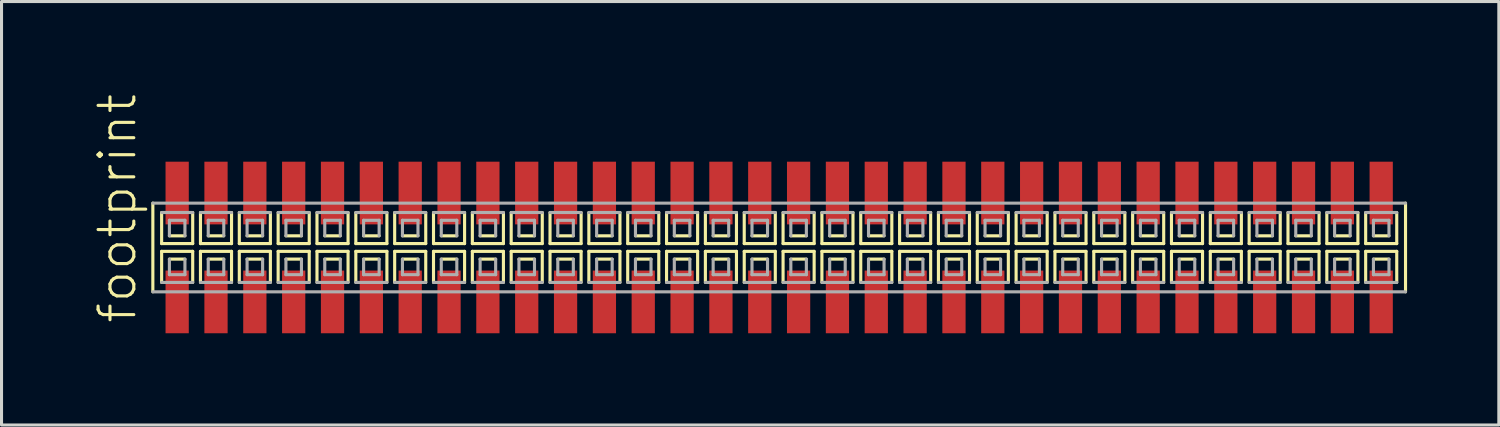
<source format=kicad_pcb>
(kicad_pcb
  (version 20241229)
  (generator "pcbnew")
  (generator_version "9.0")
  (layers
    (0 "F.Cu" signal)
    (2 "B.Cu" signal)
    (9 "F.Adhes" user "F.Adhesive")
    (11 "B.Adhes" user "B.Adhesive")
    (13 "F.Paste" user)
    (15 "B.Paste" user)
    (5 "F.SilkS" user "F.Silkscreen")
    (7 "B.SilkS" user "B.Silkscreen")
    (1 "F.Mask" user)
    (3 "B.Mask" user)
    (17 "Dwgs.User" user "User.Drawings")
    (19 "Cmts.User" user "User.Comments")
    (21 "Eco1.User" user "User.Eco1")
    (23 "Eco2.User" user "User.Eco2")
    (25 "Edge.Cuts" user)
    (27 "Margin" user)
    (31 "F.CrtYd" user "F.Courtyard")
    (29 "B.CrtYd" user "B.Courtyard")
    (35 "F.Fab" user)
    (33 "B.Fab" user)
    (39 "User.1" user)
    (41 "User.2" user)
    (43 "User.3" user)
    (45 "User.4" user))
  (footprint "footprint"
    (layer "F.Cu")
    (at 22.428 5.042)
    (property "Reference" "footprint" (at -20.955 2.54 90) (layer "F.SilkS") (effects (font (size 1.168 1.168) (thickness 0.102)) (justify left bottom)))
    (fp_line (start -20.48 -1.45) (end -20.48 1.45) (stroke (width 0.102) (type solid)) (layer "F.SilkS"))
    (fp_line (start -20.193 -1.143) (end -20.193 -0.127) (stroke (width 0.102) (type solid)) (layer "F.SilkS"))
    (fp_line (start -20.193 -0.127) (end -19.177 -0.127) (stroke (width 0.102) (type solid)) (layer "F.SilkS"))
    (fp_line (start -20.193 0.127) (end -20.193 1.143) (stroke (width 0.102) (type solid)) (layer "F.SilkS"))
    (fp_line (start -19.939 -0.381) (end -19.431 -0.381) (stroke (width 0.102) (type solid)) (layer "F.SilkS"))
    (fp_line (start -19.431 0.381) (end -19.939 0.381) (stroke (width 0.102) (type solid)) (layer "F.SilkS"))
    (fp_line (start -19.177 -0.127) (end -19.177 -1.143) (stroke (width 0.102) (type solid)) (layer "F.SilkS"))
    (fp_line (start -19.177 0.127) (end -20.193 0.127) (stroke (width 0.102) (type solid)) (layer "F.SilkS"))
    (fp_line (start -19.177 1.143) (end -19.177 0.127) (stroke (width 0.102) (type solid)) (layer "F.SilkS"))
    (fp_line (start -18.923 -1.143) (end -18.923 -0.127) (stroke (width 0.102) (type solid)) (layer "F.SilkS"))
    (fp_line (start -18.923 -0.127) (end -17.907 -0.127) (stroke (width 0.102) (type solid)) (layer "F.SilkS"))
    (fp_line (start -18.923 0.127) (end -18.923 1.143) (stroke (width 0.102) (type solid)) (layer "F.SilkS"))
    (fp_line (start -18.669 -0.381) (end -18.161 -0.381) (stroke (width 0.102) (type solid)) (layer "F.SilkS"))
    (fp_line (start -18.161 0.381) (end -18.669 0.381) (stroke (width 0.102) (type solid)) (layer "F.SilkS"))
    (fp_line (start -17.907 -0.127) (end -17.907 -1.143) (stroke (width 0.102) (type solid)) (layer "F.SilkS"))
    (fp_line (start -17.907 0.127) (end -18.923 0.127) (stroke (width 0.102) (type solid)) (layer "F.SilkS"))
    (fp_line (start -17.907 1.143) (end -17.907 0.127) (stroke (width 0.102) (type solid)) (layer "F.SilkS"))
    (fp_line (start -17.653 -1.143) (end -17.653 -0.127) (stroke (width 0.102) (type solid)) (layer "F.SilkS"))
    (fp_line (start -17.653 -0.127) (end -16.637 -0.127) (stroke (width 0.102) (type solid)) (layer "F.SilkS"))
    (fp_line (start -17.653 0.127) (end -17.653 1.143) (stroke (width 0.102) (type solid)) (layer "F.SilkS"))
    (fp_line (start -17.399 -0.381) (end -16.891 -0.381) (stroke (width 0.102) (type solid)) (layer "F.SilkS"))
    (fp_line (start -16.891 0.381) (end -17.399 0.381) (stroke (width 0.102) (type solid)) (layer "F.SilkS"))
    (fp_line (start -16.637 -0.127) (end -16.637 -1.143) (stroke (width 0.102) (type solid)) (layer "F.SilkS"))
    (fp_line (start -16.637 0.127) (end -17.653 0.127) (stroke (width 0.102) (type solid)) (layer "F.SilkS"))
    (fp_line (start -16.637 1.143) (end -16.637 0.127) (stroke (width 0.102) (type solid)) (layer "F.SilkS"))
    (fp_line (start -16.383 -1.143) (end -16.383 -0.127) (stroke (width 0.102) (type solid)) (layer "F.SilkS"))
    (fp_line (start -16.383 -0.127) (end -15.367 -0.127) (stroke (width 0.102) (type solid)) (layer "F.SilkS"))
    (fp_line (start -16.383 0.127) (end -16.383 1.143) (stroke (width 0.102) (type solid)) (layer "F.SilkS"))
    (fp_line (start -16.129 -0.381) (end -15.621 -0.381) (stroke (width 0.102) (type solid)) (layer "F.SilkS"))
    (fp_line (start -15.621 0.381) (end -16.129 0.381) (stroke (width 0.102) (type solid)) (layer "F.SilkS"))
    (fp_line (start -15.367 -0.127) (end -15.367 -1.143) (stroke (width 0.102) (type solid)) (layer "F.SilkS"))
    (fp_line (start -15.367 0.127) (end -16.383 0.127) (stroke (width 0.102) (type solid)) (layer "F.SilkS"))
    (fp_line (start -15.367 1.143) (end -15.367 0.127) (stroke (width 0.102) (type solid)) (layer "F.SilkS"))
    (fp_line (start -15.113 -1.143) (end -15.113 -0.127) (stroke (width 0.102) (type solid)) (layer "F.SilkS"))
    (fp_line (start -15.113 -0.127) (end -14.097 -0.127) (stroke (width 0.102) (type solid)) (layer "F.SilkS"))
    (fp_line (start -15.113 0.127) (end -15.113 1.143) (stroke (width 0.102) (type solid)) (layer "F.SilkS"))
    (fp_line (start -14.859 -0.381) (end -14.351 -0.381) (stroke (width 0.102) (type solid)) (layer "F.SilkS"))
    (fp_line (start -14.351 0.381) (end -14.859 0.381) (stroke (width 0.102) (type solid)) (layer "F.SilkS"))
    (fp_line (start -14.097 -0.127) (end -14.097 -1.143) (stroke (width 0.102) (type solid)) (layer "F.SilkS"))
    (fp_line (start -14.097 0.127) (end -15.113 0.127) (stroke (width 0.102) (type solid)) (layer "F.SilkS"))
    (fp_line (start -14.097 1.143) (end -14.097 0.127) (stroke (width 0.102) (type solid)) (layer "F.SilkS"))
    (fp_line (start -13.843 -1.143) (end -13.843 -0.127) (stroke (width 0.102) (type solid)) (layer "F.SilkS"))
    (fp_line (start -13.843 -0.127) (end -12.827 -0.127) (stroke (width 0.102) (type solid)) (layer "F.SilkS"))
    (fp_line (start -13.843 0.127) (end -13.843 1.143) (stroke (width 0.102) (type solid)) (layer "F.SilkS"))
    (fp_line (start -13.589 -0.381) (end -13.081 -0.381) (stroke (width 0.102) (type solid)) (layer "F.SilkS"))
    (fp_line (start -13.081 0.381) (end -13.589 0.381) (stroke (width 0.102) (type solid)) (layer "F.SilkS"))
    (fp_line (start -12.827 -0.127) (end -12.827 -1.143) (stroke (width 0.102) (type solid)) (layer "F.SilkS"))
    (fp_line (start -12.827 0.127) (end -13.843 0.127) (stroke (width 0.102) (type solid)) (layer "F.SilkS"))
    (fp_line (start -12.827 1.143) (end -12.827 0.127) (stroke (width 0.102) (type solid)) (layer "F.SilkS"))
    (fp_line (start -12.573 -1.143) (end -12.573 -0.127) (stroke (width 0.102) (type solid)) (layer "F.SilkS"))
    (fp_line (start -12.573 -0.127) (end -11.557 -0.127) (stroke (width 0.102) (type solid)) (layer "F.SilkS"))
    (fp_line (start -12.573 0.127) (end -12.573 1.143) (stroke (width 0.102) (type solid)) (layer "F.SilkS"))
    (fp_line (start -12.319 -0.381) (end -11.811 -0.381) (stroke (width 0.102) (type solid)) (layer "F.SilkS"))
    (fp_line (start -11.811 0.381) (end -12.319 0.381) (stroke (width 0.102) (type solid)) (layer "F.SilkS"))
    (fp_line (start -11.557 -0.127) (end -11.557 -1.143) (stroke (width 0.102) (type solid)) (layer "F.SilkS"))
    (fp_line (start -11.557 0.127) (end -12.573 0.127) (stroke (width 0.102) (type solid)) (layer "F.SilkS"))
    (fp_line (start -11.557 1.143) (end -11.557 0.127) (stroke (width 0.102) (type solid)) (layer "F.SilkS"))
    (fp_line (start -11.303 -1.143) (end -11.303 -0.127) (stroke (width 0.102) (type solid)) (layer "F.SilkS"))
    (fp_line (start -11.303 -0.127) (end -10.287 -0.127) (stroke (width 0.102) (type solid)) (layer "F.SilkS"))
    (fp_line (start -11.303 0.127) (end -11.303 1.143) (stroke (width 0.102) (type solid)) (layer "F.SilkS"))
    (fp_line (start -11.049 -0.381) (end -10.541 -0.381) (stroke (width 0.102) (type solid)) (layer "F.SilkS"))
    (fp_line (start -10.541 0.381) (end -11.049 0.381) (stroke (width 0.102) (type solid)) (layer "F.SilkS"))
    (fp_line (start -10.287 -0.127) (end -10.287 -1.143) (stroke (width 0.102) (type solid)) (layer "F.SilkS"))
    (fp_line (start -10.287 0.127) (end -11.303 0.127) (stroke (width 0.102) (type solid)) (layer "F.SilkS"))
    (fp_line (start -10.287 1.143) (end -10.287 0.127) (stroke (width 0.102) (type solid)) (layer "F.SilkS"))
    (fp_line (start -10.033 -1.143) (end -10.033 -0.127) (stroke (width 0.102) (type solid)) (layer "F.SilkS"))
    (fp_line (start -10.033 -0.127) (end -9.017 -0.127) (stroke (width 0.102) (type solid)) (layer "F.SilkS"))
    (fp_line (start -10.033 0.127) (end -10.033 1.143) (stroke (width 0.102) (type solid)) (layer "F.SilkS"))
    (fp_line (start -9.779 -0.381) (end -9.271 -0.381) (stroke (width 0.102) (type solid)) (layer "F.SilkS"))
    (fp_line (start -9.271 0.381) (end -9.779 0.381) (stroke (width 0.102) (type solid)) (layer "F.SilkS"))
    (fp_line (start -9.017 -0.127) (end -9.017 -1.143) (stroke (width 0.102) (type solid)) (layer "F.SilkS"))
    (fp_line (start -9.017 0.127) (end -10.033 0.127) (stroke (width 0.102) (type solid)) (layer "F.SilkS"))
    (fp_line (start -9.017 1.143) (end -9.017 0.127) (stroke (width 0.102) (type solid)) (layer "F.SilkS"))
    (fp_line (start -8.763 -1.143) (end -8.763 -0.127) (stroke (width 0.102) (type solid)) (layer "F.SilkS"))
    (fp_line (start -8.763 -0.127) (end -7.747 -0.127) (stroke (width 0.102) (type solid)) (layer "F.SilkS"))
    (fp_line (start -8.763 0.127) (end -8.763 1.143) (stroke (width 0.102) (type solid)) (layer "F.SilkS"))
    (fp_line (start -8.509 -0.381) (end -8.001 -0.381) (stroke (width 0.102) (type solid)) (layer "F.SilkS"))
    (fp_line (start -8.001 0.381) (end -8.509 0.381) (stroke (width 0.102) (type solid)) (layer "F.SilkS"))
    (fp_line (start -7.747 -0.127) (end -7.747 -1.143) (stroke (width 0.102) (type solid)) (layer "F.SilkS"))
    (fp_line (start -7.747 0.127) (end -8.763 0.127) (stroke (width 0.102) (type solid)) (layer "F.SilkS"))
    (fp_line (start -7.747 1.143) (end -7.747 0.127) (stroke (width 0.102) (type solid)) (layer "F.SilkS"))
    (fp_line (start -7.493 -1.143) (end -7.493 -0.127) (stroke (width 0.102) (type solid)) (layer "F.SilkS"))
    (fp_line (start -7.493 -0.127) (end -6.477 -0.127) (stroke (width 0.102) (type solid)) (layer "F.SilkS"))
    (fp_line (start -7.493 0.127) (end -7.493 1.143) (stroke (width 0.102) (type solid)) (layer "F.SilkS"))
    (fp_line (start -7.239 -0.381) (end -6.731 -0.381) (stroke (width 0.102) (type solid)) (layer "F.SilkS"))
    (fp_line (start -6.731 0.381) (end -7.239 0.381) (stroke (width 0.102) (type solid)) (layer "F.SilkS"))
    (fp_line (start -6.477 -0.127) (end -6.477 -1.143) (stroke (width 0.102) (type solid)) (layer "F.SilkS"))
    (fp_line (start -6.477 0.127) (end -7.493 0.127) (stroke (width 0.102) (type solid)) (layer "F.SilkS"))
    (fp_line (start -6.477 1.143) (end -6.477 0.127) (stroke (width 0.102) (type solid)) (layer "F.SilkS"))
    (fp_line (start -6.223 -1.143) (end -6.223 -0.127) (stroke (width 0.102) (type solid)) (layer "F.SilkS"))
    (fp_line (start -6.223 -0.127) (end -5.207 -0.127) (stroke (width 0.102) (type solid)) (layer "F.SilkS"))
    (fp_line (start -6.223 0.127) (end -6.223 1.143) (stroke (width 0.102) (type solid)) (layer "F.SilkS"))
    (fp_line (start -5.969 -0.381) (end -5.461 -0.381) (stroke (width 0.102) (type solid)) (layer "F.SilkS"))
    (fp_line (start -5.461 0.381) (end -5.969 0.381) (stroke (width 0.102) (type solid)) (layer "F.SilkS"))
    (fp_line (start -5.207 -0.127) (end -5.207 -1.143) (stroke (width 0.102) (type solid)) (layer "F.SilkS"))
    (fp_line (start -5.207 0.127) (end -6.223 0.127) (stroke (width 0.102) (type solid)) (layer "F.SilkS"))
    (fp_line (start -5.207 1.143) (end -5.207 0.127) (stroke (width 0.102) (type solid)) (layer "F.SilkS"))
    (fp_line (start -4.953 -1.143) (end -4.953 -0.127) (stroke (width 0.102) (type solid)) (layer "F.SilkS"))
    (fp_line (start -4.953 -0.127) (end -3.937 -0.127) (stroke (width 0.102) (type solid)) (layer "F.SilkS"))
    (fp_line (start -4.953 0.127) (end -4.953 1.143) (stroke (width 0.102) (type solid)) (layer "F.SilkS"))
    (fp_line (start -4.699 -0.381) (end -4.191 -0.381) (stroke (width 0.102) (type solid)) (layer "F.SilkS"))
    (fp_line (start -4.191 0.381) (end -4.699 0.381) (stroke (width 0.102) (type solid)) (layer "F.SilkS"))
    (fp_line (start -3.937 -0.127) (end -3.937 -1.143) (stroke (width 0.102) (type solid)) (layer "F.SilkS"))
    (fp_line (start -3.937 0.127) (end -4.953 0.127) (stroke (width 0.102) (type solid)) (layer "F.SilkS"))
    (fp_line (start -3.937 1.143) (end -3.937 0.127) (stroke (width 0.102) (type solid)) (layer "F.SilkS"))
    (fp_line (start -3.683 -1.143) (end -3.683 -0.127) (stroke (width 0.102) (type solid)) (layer "F.SilkS"))
    (fp_line (start -3.683 -0.127) (end -2.667 -0.127) (stroke (width 0.102) (type solid)) (layer "F.SilkS"))
    (fp_line (start -3.683 0.127) (end -3.683 1.143) (stroke (width 0.102) (type solid)) (layer "F.SilkS"))
    (fp_line (start -3.429 -0.381) (end -2.921 -0.381) (stroke (width 0.102) (type solid)) (layer "F.SilkS"))
    (fp_line (start -2.921 0.381) (end -3.429 0.381) (stroke (width 0.102) (type solid)) (layer "F.SilkS"))
    (fp_line (start -2.667 -0.127) (end -2.667 -1.143) (stroke (width 0.102) (type solid)) (layer "F.SilkS"))
    (fp_line (start -2.667 0.127) (end -3.683 0.127) (stroke (width 0.102) (type solid)) (layer "F.SilkS"))
    (fp_line (start -2.667 1.143) (end -2.667 0.127) (stroke (width 0.102) (type solid)) (layer "F.SilkS"))
    (fp_line (start -2.413 -1.143) (end -2.413 -0.127) (stroke (width 0.102) (type solid)) (layer "F.SilkS"))
    (fp_line (start -2.413 -0.127) (end -1.397 -0.127) (stroke (width 0.102) (type solid)) (layer "F.SilkS"))
    (fp_line (start -2.413 0.127) (end -2.413 1.143) (stroke (width 0.102) (type solid)) (layer "F.SilkS"))
    (fp_line (start -2.159 -0.381) (end -1.651 -0.381) (stroke (width 0.102) (type solid)) (layer "F.SilkS"))
    (fp_line (start -1.651 0.381) (end -2.159 0.381) (stroke (width 0.102) (type solid)) (layer "F.SilkS"))
    (fp_line (start -1.397 -0.127) (end -1.397 -1.143) (stroke (width 0.102) (type solid)) (layer "F.SilkS"))
    (fp_line (start -1.397 0.127) (end -2.413 0.127) (stroke (width 0.102) (type solid)) (layer "F.SilkS"))
    (fp_line (start -1.397 1.143) (end -1.397 0.127) (stroke (width 0.102) (type solid)) (layer "F.SilkS"))
    (fp_line (start -1.143 -1.143) (end -1.143 -0.127) (stroke (width 0.102) (type solid)) (layer "F.SilkS"))
    (fp_line (start -1.143 -0.127) (end -0.127 -0.127) (stroke (width 0.102) (type solid)) (layer "F.SilkS"))
    (fp_line (start -1.143 0.127) (end -1.143 1.143) (stroke (width 0.102) (type solid)) (layer "F.SilkS"))
    (fp_line (start -0.889 -0.381) (end -0.381 -0.381) (stroke (width 0.102) (type solid)) (layer "F.SilkS"))
    (fp_line (start -0.381 0.381) (end -0.889 0.381) (stroke (width 0.102) (type solid)) (layer "F.SilkS"))
    (fp_line (start -0.127 -0.127) (end -0.127 -1.143) (stroke (width 0.102) (type solid)) (layer "F.SilkS"))
    (fp_line (start -0.127 0.127) (end -1.143 0.127) (stroke (width 0.102) (type solid)) (layer "F.SilkS"))
    (fp_line (start -0.127 1.143) (end -0.127 0.127) (stroke (width 0.102) (type solid)) (layer "F.SilkS"))
    (fp_line (start 0.127 -1.143) (end 0.127 -0.127) (stroke (width 0.102) (type solid)) (layer "F.SilkS"))
    (fp_line (start 0.127 -0.127) (end 1.143 -0.127) (stroke (width 0.102) (type solid)) (layer "F.SilkS"))
    (fp_line (start 0.127 0.127) (end 0.127 1.143) (stroke (width 0.102) (type solid)) (layer "F.SilkS"))
    (fp_line (start 0.381 -0.381) (end 0.889 -0.381) (stroke (width 0.102) (type solid)) (layer "F.SilkS"))
    (fp_line (start 0.889 0.381) (end 0.381 0.381) (stroke (width 0.102) (type solid)) (layer "F.SilkS"))
    (fp_line (start 1.143 -0.127) (end 1.143 -1.143) (stroke (width 0.102) (type solid)) (layer "F.SilkS"))
    (fp_line (start 1.143 0.127) (end 0.127 0.127) (stroke (width 0.102) (type solid)) (layer "F.SilkS"))
    (fp_line (start 1.143 1.143) (end 1.143 0.127) (stroke (width 0.102) (type solid)) (layer "F.SilkS"))
    (fp_line (start 1.397 -1.143) (end 1.397 -0.127) (stroke (width 0.102) (type solid)) (layer "F.SilkS"))
    (fp_line (start 1.397 -0.127) (end 2.413 -0.127) (stroke (width 0.102) (type solid)) (layer "F.SilkS"))
    (fp_line (start 1.397 0.127) (end 1.397 1.143) (stroke (width 0.102) (type solid)) (layer "F.SilkS"))
    (fp_line (start 1.651 -0.381) (end 2.159 -0.381) (stroke (width 0.102) (type solid)) (layer "F.SilkS"))
    (fp_line (start 2.159 0.381) (end 1.651 0.381) (stroke (width 0.102) (type solid)) (layer "F.SilkS"))
    (fp_line (start 2.413 -0.127) (end 2.413 -1.143) (stroke (width 0.102) (type solid)) (layer "F.SilkS"))
    (fp_line (start 2.413 0.127) (end 1.397 0.127) (stroke (width 0.102) (type solid)) (layer "F.SilkS"))
    (fp_line (start 2.413 1.143) (end 2.413 0.127) (stroke (width 0.102) (type solid)) (layer "F.SilkS"))
    (fp_line (start 2.667 -1.143) (end 2.667 -0.127) (stroke (width 0.102) (type solid)) (layer "F.SilkS"))
    (fp_line (start 2.667 -0.127) (end 3.683 -0.127) (stroke (width 0.102) (type solid)) (layer "F.SilkS"))
    (fp_line (start 2.667 0.127) (end 2.667 1.143) (stroke (width 0.102) (type solid)) (layer "F.SilkS"))
    (fp_line (start 2.921 -0.381) (end 3.429 -0.381) (stroke (width 0.102) (type solid)) (layer "F.SilkS"))
    (fp_line (start 3.429 0.381) (end 2.921 0.381) (stroke (width 0.102) (type solid)) (layer "F.SilkS"))
    (fp_line (start 3.683 -0.127) (end 3.683 -1.143) (stroke (width 0.102) (type solid)) (layer "F.SilkS"))
    (fp_line (start 3.683 0.127) (end 2.667 0.127) (stroke (width 0.102) (type solid)) (layer "F.SilkS"))
    (fp_line (start 3.683 1.143) (end 3.683 0.127) (stroke (width 0.102) (type solid)) (layer "F.SilkS"))
    (fp_line (start 3.937 -1.143) (end 3.937 -0.127) (stroke (width 0.102) (type solid)) (layer "F.SilkS"))
    (fp_line (start 3.937 -0.127) (end 4.953 -0.127) (stroke (width 0.102) (type solid)) (layer "F.SilkS"))
    (fp_line (start 3.937 0.127) (end 3.937 1.143) (stroke (width 0.102) (type solid)) (layer "F.SilkS"))
    (fp_line (start 4.191 -0.381) (end 4.699 -0.381) (stroke (width 0.102) (type solid)) (layer "F.SilkS"))
    (fp_line (start 4.699 0.381) (end 4.191 0.381) (stroke (width 0.102) (type solid)) (layer "F.SilkS"))
    (fp_line (start 4.953 -0.127) (end 4.953 -1.143) (stroke (width 0.102) (type solid)) (layer "F.SilkS"))
    (fp_line (start 4.953 0.127) (end 3.937 0.127) (stroke (width 0.102) (type solid)) (layer "F.SilkS"))
    (fp_line (start 4.953 1.143) (end 4.953 0.127) (stroke (width 0.102) (type solid)) (layer "F.SilkS"))
    (fp_line (start 5.207 -1.143) (end 5.207 -0.127) (stroke (width 0.102) (type solid)) (layer "F.SilkS"))
    (fp_line (start 5.207 -0.127) (end 6.223 -0.127) (stroke (width 0.102) (type solid)) (layer "F.SilkS"))
    (fp_line (start 5.207 0.127) (end 5.207 1.143) (stroke (width 0.102) (type solid)) (layer "F.SilkS"))
    (fp_line (start 5.461 -0.381) (end 5.969 -0.381) (stroke (width 0.102) (type solid)) (layer "F.SilkS"))
    (fp_line (start 5.969 0.381) (end 5.461 0.381) (stroke (width 0.102) (type solid)) (layer "F.SilkS"))
    (fp_line (start 6.223 -0.127) (end 6.223 -1.143) (stroke (width 0.102) (type solid)) (layer "F.SilkS"))
    (fp_line (start 6.223 0.127) (end 5.207 0.127) (stroke (width 0.102) (type solid)) (layer "F.SilkS"))
    (fp_line (start 6.223 1.143) (end 6.223 0.127) (stroke (width 0.102) (type solid)) (layer "F.SilkS"))
    (fp_line (start 6.477 -1.143) (end 6.477 -0.127) (stroke (width 0.102) (type solid)) (layer "F.SilkS"))
    (fp_line (start 6.477 -0.127) (end 7.493 -0.127) (stroke (width 0.102) (type solid)) (layer "F.SilkS"))
    (fp_line (start 6.477 0.127) (end 6.477 1.143) (stroke (width 0.102) (type solid)) (layer "F.SilkS"))
    (fp_line (start 6.731 -0.381) (end 7.239 -0.381) (stroke (width 0.102) (type solid)) (layer "F.SilkS"))
    (fp_line (start 7.239 0.381) (end 6.731 0.381) (stroke (width 0.102) (type solid)) (layer "F.SilkS"))
    (fp_line (start 7.493 -0.127) (end 7.493 -1.143) (stroke (width 0.102) (type solid)) (layer "F.SilkS"))
    (fp_line (start 7.493 0.127) (end 6.477 0.127) (stroke (width 0.102) (type solid)) (layer "F.SilkS"))
    (fp_line (start 7.493 1.143) (end 7.493 0.127) (stroke (width 0.102) (type solid)) (layer "F.SilkS"))
    (fp_line (start 7.747 -1.143) (end 7.747 -0.127) (stroke (width 0.102) (type solid)) (layer "F.SilkS"))
    (fp_line (start 7.747 -0.127) (end 8.763 -0.127) (stroke (width 0.102) (type solid)) (layer "F.SilkS"))
    (fp_line (start 7.747 0.127) (end 7.747 1.143) (stroke (width 0.102) (type solid)) (layer "F.SilkS"))
    (fp_line (start 8.001 -0.381) (end 8.509 -0.381) (stroke (width 0.102) (type solid)) (layer "F.SilkS"))
    (fp_line (start 8.509 0.381) (end 8.001 0.381) (stroke (width 0.102) (type solid)) (layer "F.SilkS"))
    (fp_line (start 8.763 -0.127) (end 8.763 -1.143) (stroke (width 0.102) (type solid)) (layer "F.SilkS"))
    (fp_line (start 8.763 0.127) (end 7.747 0.127) (stroke (width 0.102) (type solid)) (layer "F.SilkS"))
    (fp_line (start 8.763 1.143) (end 8.763 0.127) (stroke (width 0.102) (type solid)) (layer "F.SilkS"))
    (fp_line (start 9.017 -1.143) (end 9.017 -0.127) (stroke (width 0.102) (type solid)) (layer "F.SilkS"))
    (fp_line (start 9.017 -0.127) (end 10.033 -0.127) (stroke (width 0.102) (type solid)) (layer "F.SilkS"))
    (fp_line (start 9.017 0.127) (end 9.017 1.143) (stroke (width 0.102) (type solid)) (layer "F.SilkS"))
    (fp_line (start 9.271 -0.381) (end 9.779 -0.381) (stroke (width 0.102) (type solid)) (layer "F.SilkS"))
    (fp_line (start 9.779 0.381) (end 9.271 0.381) (stroke (width 0.102) (type solid)) (layer "F.SilkS"))
    (fp_line (start 10.033 -0.127) (end 10.033 -1.143) (stroke (width 0.102) (type solid)) (layer "F.SilkS"))
    (fp_line (start 10.033 0.127) (end 9.017 0.127) (stroke (width 0.102) (type solid)) (layer "F.SilkS"))
    (fp_line (start 10.033 1.143) (end 10.033 0.127) (stroke (width 0.102) (type solid)) (layer "F.SilkS"))
    (fp_line (start 10.287 -1.143) (end 10.287 -0.127) (stroke (width 0.102) (type solid)) (layer "F.SilkS"))
    (fp_line (start 10.287 -0.127) (end 11.303 -0.127) (stroke (width 0.102) (type solid)) (layer "F.SilkS"))
    (fp_line (start 10.287 0.127) (end 10.287 1.143) (stroke (width 0.102) (type solid)) (layer "F.SilkS"))
    (fp_line (start 10.541 -0.381) (end 11.049 -0.381) (stroke (width 0.102) (type solid)) (layer "F.SilkS"))
    (fp_line (start 11.049 0.381) (end 10.541 0.381) (stroke (width 0.102) (type solid)) (layer "F.SilkS"))
    (fp_line (start 11.303 -0.127) (end 11.303 -1.143) (stroke (width 0.102) (type solid)) (layer "F.SilkS"))
    (fp_line (start 11.303 0.127) (end 10.287 0.127) (stroke (width 0.102) (type solid)) (layer "F.SilkS"))
    (fp_line (start 11.303 1.143) (end 11.303 0.127) (stroke (width 0.102) (type solid)) (layer "F.SilkS"))
    (fp_line (start 11.557 -1.143) (end 11.557 -0.127) (stroke (width 0.102) (type solid)) (layer "F.SilkS"))
    (fp_line (start 11.557 -0.127) (end 12.573 -0.127) (stroke (width 0.102) (type solid)) (layer "F.SilkS"))
    (fp_line (start 11.557 0.127) (end 11.557 1.143) (stroke (width 0.102) (type solid)) (layer "F.SilkS"))
    (fp_line (start 11.811 -0.381) (end 12.319 -0.381) (stroke (width 0.102) (type solid)) (layer "F.SilkS"))
    (fp_line (start 12.319 0.381) (end 11.811 0.381) (stroke (width 0.102) (type solid)) (layer "F.SilkS"))
    (fp_line (start 12.573 -0.127) (end 12.573 -1.143) (stroke (width 0.102) (type solid)) (layer "F.SilkS"))
    (fp_line (start 12.573 0.127) (end 11.557 0.127) (stroke (width 0.102) (type solid)) (layer "F.SilkS"))
    (fp_line (start 12.573 1.143) (end 12.573 0.127) (stroke (width 0.102) (type solid)) (layer "F.SilkS"))
    (fp_line (start 12.827 -1.143) (end 12.827 -0.127) (stroke (width 0.102) (type solid)) (layer "F.SilkS"))
    (fp_line (start 12.827 -0.127) (end 13.843 -0.127) (stroke (width 0.102) (type solid)) (layer "F.SilkS"))
    (fp_line (start 12.827 0.127) (end 12.827 1.143) (stroke (width 0.102) (type solid)) (layer "F.SilkS"))
    (fp_line (start 13.081 -0.381) (end 13.589 -0.381) (stroke (width 0.102) (type solid)) (layer "F.SilkS"))
    (fp_line (start 13.589 0.381) (end 13.081 0.381) (stroke (width 0.102) (type solid)) (layer "F.SilkS"))
    (fp_line (start 13.843 -0.127) (end 13.843 -1.143) (stroke (width 0.102) (type solid)) (layer "F.SilkS"))
    (fp_line (start 13.843 0.127) (end 12.827 0.127) (stroke (width 0.102) (type solid)) (layer "F.SilkS"))
    (fp_line (start 13.843 1.143) (end 13.843 0.127) (stroke (width 0.102) (type solid)) (layer "F.SilkS"))
    (fp_line (start 14.097 -1.143) (end 14.097 -0.127) (stroke (width 0.102) (type solid)) (layer "F.SilkS"))
    (fp_line (start 14.097 -0.127) (end 15.113 -0.127) (stroke (width 0.102) (type solid)) (layer "F.SilkS"))
    (fp_line (start 14.097 0.127) (end 14.097 1.143) (stroke (width 0.102) (type solid)) (layer "F.SilkS"))
    (fp_line (start 14.351 -0.381) (end 14.859 -0.381) (stroke (width 0.102) (type solid)) (layer "F.SilkS"))
    (fp_line (start 14.859 0.381) (end 14.351 0.381) (stroke (width 0.102) (type solid)) (layer "F.SilkS"))
    (fp_line (start 15.113 -0.127) (end 15.113 -1.143) (stroke (width 0.102) (type solid)) (layer "F.SilkS"))
    (fp_line (start 15.113 0.127) (end 14.097 0.127) (stroke (width 0.102) (type solid)) (layer "F.SilkS"))
    (fp_line (start 15.113 1.143) (end 15.113 0.127) (stroke (width 0.102) (type solid)) (layer "F.SilkS"))
    (fp_line (start 15.367 -1.143) (end 15.367 -0.127) (stroke (width 0.102) (type solid)) (layer "F.SilkS"))
    (fp_line (start 15.367 -0.127) (end 16.383 -0.127) (stroke (width 0.102) (type solid)) (layer "F.SilkS"))
    (fp_line (start 15.367 0.127) (end 15.367 1.143) (stroke (width 0.102) (type solid)) (layer "F.SilkS"))
    (fp_line (start 15.621 -0.381) (end 16.129 -0.381) (stroke (width 0.102) (type solid)) (layer "F.SilkS"))
    (fp_line (start 16.129 0.381) (end 15.621 0.381) (stroke (width 0.102) (type solid)) (layer "F.SilkS"))
    (fp_line (start 16.383 -0.127) (end 16.383 -1.143) (stroke (width 0.102) (type solid)) (layer "F.SilkS"))
    (fp_line (start 16.383 0.127) (end 15.367 0.127) (stroke (width 0.102) (type solid)) (layer "F.SilkS"))
    (fp_line (start 16.383 1.143) (end 16.383 0.127) (stroke (width 0.102) (type solid)) (layer "F.SilkS"))
    (fp_line (start 16.637 -1.143) (end 16.637 -0.127) (stroke (width 0.102) (type solid)) (layer "F.SilkS"))
    (fp_line (start 16.637 -0.127) (end 17.653 -0.127) (stroke (width 0.102) (type solid)) (layer "F.SilkS"))
    (fp_line (start 16.637 0.127) (end 16.637 1.143) (stroke (width 0.102) (type solid)) (layer "F.SilkS"))
    (fp_line (start 16.891 -0.381) (end 17.399 -0.381) (stroke (width 0.102) (type solid)) (layer "F.SilkS"))
    (fp_line (start 17.399 0.381) (end 16.891 0.381) (stroke (width 0.102) (type solid)) (layer "F.SilkS"))
    (fp_line (start 17.653 -0.127) (end 17.653 -1.143) (stroke (width 0.102) (type solid)) (layer "F.SilkS"))
    (fp_line (start 17.653 0.127) (end 16.637 0.127) (stroke (width 0.102) (type solid)) (layer "F.SilkS"))
    (fp_line (start 17.653 1.143) (end 17.653 0.127) (stroke (width 0.102) (type solid)) (layer "F.SilkS"))
    (fp_line (start 17.907 -1.143) (end 17.907 -0.127) (stroke (width 0.102) (type solid)) (layer "F.SilkS"))
    (fp_line (start 17.907 -0.127) (end 18.923 -0.127) (stroke (width 0.102) (type solid)) (layer "F.SilkS"))
    (fp_line (start 17.907 0.127) (end 17.907 1.143) (stroke (width 0.102) (type solid)) (layer "F.SilkS"))
    (fp_line (start 18.161 -0.381) (end 18.669 -0.381) (stroke (width 0.102) (type solid)) (layer "F.SilkS"))
    (fp_line (start 18.669 0.381) (end 18.161 0.381) (stroke (width 0.102) (type solid)) (layer "F.SilkS"))
    (fp_line (start 18.923 -0.127) (end 18.923 -1.143) (stroke (width 0.102) (type solid)) (layer "F.SilkS"))
    (fp_line (start 18.923 0.127) (end 17.907 0.127) (stroke (width 0.102) (type solid)) (layer "F.SilkS"))
    (fp_line (start 18.923 1.143) (end 18.923 0.127) (stroke (width 0.102) (type solid)) (layer "F.SilkS"))
    (fp_line (start 19.177 -1.143) (end 19.177 -0.127) (stroke (width 0.102) (type solid)) (layer "F.SilkS"))
    (fp_line (start 19.177 -0.127) (end 20.193 -0.127) (stroke (width 0.102) (type solid)) (layer "F.SilkS"))
    (fp_line (start 19.177 0.127) (end 19.177 1.143) (stroke (width 0.102) (type solid)) (layer "F.SilkS"))
    (fp_line (start 19.431 -0.381) (end 19.939 -0.381) (stroke (width 0.102) (type solid)) (layer "F.SilkS"))
    (fp_line (start 19.939 0.381) (end 19.431 0.381) (stroke (width 0.102) (type solid)) (layer "F.SilkS"))
    (fp_line (start 20.193 -0.127) (end 20.193 -1.143) (stroke (width 0.102) (type solid)) (layer "F.SilkS"))
    (fp_line (start 20.193 0.127) (end 19.177 0.127) (stroke (width 0.102) (type solid)) (layer "F.SilkS"))
    (fp_line (start 20.193 1.143) (end 20.193 0.127) (stroke (width 0.102) (type solid)) (layer "F.SilkS"))
    (fp_line (start 20.48 1.45) (end 20.48 -1.45) (stroke (width 0.102) (type solid)) (layer "F.SilkS"))
    (fp_line (start -20.48 1.45) (end 20.48 1.45) (stroke (width 0.102) (type solid)) (layer "F.Fab"))
    (fp_line (start -20.193 1.143) (end -19.177 1.143) (stroke (width 0.102) (type solid)) (layer "F.Fab"))
    (fp_line (start -19.939 -0.889) (end -19.939 -0.381) (stroke (width 0.102) (type solid)) (layer "F.Fab"))
    (fp_line (start -19.939 0.381) (end -19.939 0.889) (stroke (width 0.102) (type solid)) (layer "F.Fab"))
    (fp_line (start -19.939 0.889) (end -19.431 0.889) (stroke (width 0.102) (type solid)) (layer "F.Fab"))
    (fp_line (start -19.431 -0.889) (end -19.939 -0.889) (stroke (width 0.102) (type solid)) (layer "F.Fab"))
    (fp_line (start -19.431 -0.381) (end -19.431 -0.889) (stroke (width 0.102) (type solid)) (layer "F.Fab"))
    (fp_line (start -19.431 0.889) (end -19.431 0.381) (stroke (width 0.102) (type solid)) (layer "F.Fab"))
    (fp_line (start -19.177 -1.143) (end -20.193 -1.143) (stroke (width 0.102) (type solid)) (layer "F.Fab"))
    (fp_line (start -18.923 1.143) (end -17.907 1.143) (stroke (width 0.102) (type solid)) (layer "F.Fab"))
    (fp_line (start -18.669 -0.889) (end -18.669 -0.381) (stroke (width 0.102) (type solid)) (layer "F.Fab"))
    (fp_line (start -18.669 0.381) (end -18.669 0.889) (stroke (width 0.102) (type solid)) (layer "F.Fab"))
    (fp_line (start -18.669 0.889) (end -18.161 0.889) (stroke (width 0.102) (type solid)) (layer "F.Fab"))
    (fp_line (start -18.161 -0.889) (end -18.669 -0.889) (stroke (width 0.102) (type solid)) (layer "F.Fab"))
    (fp_line (start -18.161 -0.381) (end -18.161 -0.889) (stroke (width 0.102) (type solid)) (layer "F.Fab"))
    (fp_line (start -18.161 0.889) (end -18.161 0.381) (stroke (width 0.102) (type solid)) (layer "F.Fab"))
    (fp_line (start -17.907 -1.143) (end -18.923 -1.143) (stroke (width 0.102) (type solid)) (layer "F.Fab"))
    (fp_line (start -17.653 1.143) (end -16.637 1.143) (stroke (width 0.102) (type solid)) (layer "F.Fab"))
    (fp_line (start -17.399 -0.889) (end -17.399 -0.381) (stroke (width 0.102) (type solid)) (layer "F.Fab"))
    (fp_line (start -17.399 0.381) (end -17.399 0.889) (stroke (width 0.102) (type solid)) (layer "F.Fab"))
    (fp_line (start -17.399 0.889) (end -16.891 0.889) (stroke (width 0.102) (type solid)) (layer "F.Fab"))
    (fp_line (start -16.891 -0.889) (end -17.399 -0.889) (stroke (width 0.102) (type solid)) (layer "F.Fab"))
    (fp_line (start -16.891 -0.381) (end -16.891 -0.889) (stroke (width 0.102) (type solid)) (layer "F.Fab"))
    (fp_line (start -16.891 0.889) (end -16.891 0.381) (stroke (width 0.102) (type solid)) (layer "F.Fab"))
    (fp_line (start -16.637 -1.143) (end -17.653 -1.143) (stroke (width 0.102) (type solid)) (layer "F.Fab"))
    (fp_line (start -16.383 1.143) (end -15.367 1.143) (stroke (width 0.102) (type solid)) (layer "F.Fab"))
    (fp_line (start -16.129 -0.889) (end -16.129 -0.381) (stroke (width 0.102) (type solid)) (layer "F.Fab"))
    (fp_line (start -16.129 0.381) (end -16.129 0.889) (stroke (width 0.102) (type solid)) (layer "F.Fab"))
    (fp_line (start -16.129 0.889) (end -15.621 0.889) (stroke (width 0.102) (type solid)) (layer "F.Fab"))
    (fp_line (start -15.621 -0.889) (end -16.129 -0.889) (stroke (width 0.102) (type solid)) (layer "F.Fab"))
    (fp_line (start -15.621 -0.381) (end -15.621 -0.889) (stroke (width 0.102) (type solid)) (layer "F.Fab"))
    (fp_line (start -15.621 0.889) (end -15.621 0.381) (stroke (width 0.102) (type solid)) (layer "F.Fab"))
    (fp_line (start -15.367 -1.143) (end -16.383 -1.143) (stroke (width 0.102) (type solid)) (layer "F.Fab"))
    (fp_line (start -15.113 1.143) (end -14.097 1.143) (stroke (width 0.102) (type solid)) (layer "F.Fab"))
    (fp_line (start -14.859 -0.889) (end -14.859 -0.381) (stroke (width 0.102) (type solid)) (layer "F.Fab"))
    (fp_line (start -14.859 0.381) (end -14.859 0.889) (stroke (width 0.102) (type solid)) (layer "F.Fab"))
    (fp_line (start -14.859 0.889) (end -14.351 0.889) (stroke (width 0.102) (type solid)) (layer "F.Fab"))
    (fp_line (start -14.351 -0.889) (end -14.859 -0.889) (stroke (width 0.102) (type solid)) (layer "F.Fab"))
    (fp_line (start -14.351 -0.381) (end -14.351 -0.889) (stroke (width 0.102) (type solid)) (layer "F.Fab"))
    (fp_line (start -14.351 0.889) (end -14.351 0.381) (stroke (width 0.102) (type solid)) (layer "F.Fab"))
    (fp_line (start -14.097 -1.143) (end -15.113 -1.143) (stroke (width 0.102) (type solid)) (layer "F.Fab"))
    (fp_line (start -13.843 1.143) (end -12.827 1.143) (stroke (width 0.102) (type solid)) (layer "F.Fab"))
    (fp_line (start -13.589 -0.889) (end -13.589 -0.381) (stroke (width 0.102) (type solid)) (layer "F.Fab"))
    (fp_line (start -13.589 0.381) (end -13.589 0.889) (stroke (width 0.102) (type solid)) (layer "F.Fab"))
    (fp_line (start -13.589 0.889) (end -13.081 0.889) (stroke (width 0.102) (type solid)) (layer "F.Fab"))
    (fp_line (start -13.081 -0.889) (end -13.589 -0.889) (stroke (width 0.102) (type solid)) (layer "F.Fab"))
    (fp_line (start -13.081 -0.381) (end -13.081 -0.889) (stroke (width 0.102) (type solid)) (layer "F.Fab"))
    (fp_line (start -13.081 0.889) (end -13.081 0.381) (stroke (width 0.102) (type solid)) (layer "F.Fab"))
    (fp_line (start -12.827 -1.143) (end -13.843 -1.143) (stroke (width 0.102) (type solid)) (layer "F.Fab"))
    (fp_line (start -12.573 1.143) (end -11.557 1.143) (stroke (width 0.102) (type solid)) (layer "F.Fab"))
    (fp_line (start -12.319 -0.889) (end -12.319 -0.381) (stroke (width 0.102) (type solid)) (layer "F.Fab"))
    (fp_line (start -12.319 0.381) (end -12.319 0.889) (stroke (width 0.102) (type solid)) (layer "F.Fab"))
    (fp_line (start -12.319 0.889) (end -11.811 0.889) (stroke (width 0.102) (type solid)) (layer "F.Fab"))
    (fp_line (start -11.811 -0.889) (end -12.319 -0.889) (stroke (width 0.102) (type solid)) (layer "F.Fab"))
    (fp_line (start -11.811 -0.381) (end -11.811 -0.889) (stroke (width 0.102) (type solid)) (layer "F.Fab"))
    (fp_line (start -11.811 0.889) (end -11.811 0.381) (stroke (width 0.102) (type solid)) (layer "F.Fab"))
    (fp_line (start -11.557 -1.143) (end -12.573 -1.143) (stroke (width 0.102) (type solid)) (layer "F.Fab"))
    (fp_line (start -11.303 1.143) (end -10.287 1.143) (stroke (width 0.102) (type solid)) (layer "F.Fab"))
    (fp_line (start -11.049 -0.889) (end -11.049 -0.381) (stroke (width 0.102) (type solid)) (layer "F.Fab"))
    (fp_line (start -11.049 0.381) (end -11.049 0.889) (stroke (width 0.102) (type solid)) (layer "F.Fab"))
    (fp_line (start -11.049 0.889) (end -10.541 0.889) (stroke (width 0.102) (type solid)) (layer "F.Fab"))
    (fp_line (start -10.541 -0.889) (end -11.049 -0.889) (stroke (width 0.102) (type solid)) (layer "F.Fab"))
    (fp_line (start -10.541 -0.381) (end -10.541 -0.889) (stroke (width 0.102) (type solid)) (layer "F.Fab"))
    (fp_line (start -10.541 0.889) (end -10.541 0.381) (stroke (width 0.102) (type solid)) (layer "F.Fab"))
    (fp_line (start -10.287 -1.143) (end -11.303 -1.143) (stroke (width 0.102) (type solid)) (layer "F.Fab"))
    (fp_line (start -10.033 1.143) (end -9.017 1.143) (stroke (width 0.102) (type solid)) (layer "F.Fab"))
    (fp_line (start -9.779 -0.889) (end -9.779 -0.381) (stroke (width 0.102) (type solid)) (layer "F.Fab"))
    (fp_line (start -9.779 0.381) (end -9.779 0.889) (stroke (width 0.102) (type solid)) (layer "F.Fab"))
    (fp_line (start -9.779 0.889) (end -9.271 0.889) (stroke (width 0.102) (type solid)) (layer "F.Fab"))
    (fp_line (start -9.271 -0.889) (end -9.779 -0.889) (stroke (width 0.102) (type solid)) (layer "F.Fab"))
    (fp_line (start -9.271 -0.381) (end -9.271 -0.889) (stroke (width 0.102) (type solid)) (layer "F.Fab"))
    (fp_line (start -9.271 0.889) (end -9.271 0.381) (stroke (width 0.102) (type solid)) (layer "F.Fab"))
    (fp_line (start -9.017 -1.143) (end -10.033 -1.143) (stroke (width 0.102) (type solid)) (layer "F.Fab"))
    (fp_line (start -8.763 1.143) (end -7.747 1.143) (stroke (width 0.102) (type solid)) (layer "F.Fab"))
    (fp_line (start -8.509 -0.889) (end -8.509 -0.381) (stroke (width 0.102) (type solid)) (layer "F.Fab"))
    (fp_line (start -8.509 0.381) (end -8.509 0.889) (stroke (width 0.102) (type solid)) (layer "F.Fab"))
    (fp_line (start -8.509 0.889) (end -8.001 0.889) (stroke (width 0.102) (type solid)) (layer "F.Fab"))
    (fp_line (start -8.001 -0.889) (end -8.509 -0.889) (stroke (width 0.102) (type solid)) (layer "F.Fab"))
    (fp_line (start -8.001 -0.381) (end -8.001 -0.889) (stroke (width 0.102) (type solid)) (layer "F.Fab"))
    (fp_line (start -8.001 0.889) (end -8.001 0.381) (stroke (width 0.102) (type solid)) (layer "F.Fab"))
    (fp_line (start -7.747 -1.143) (end -8.763 -1.143) (stroke (width 0.102) (type solid)) (layer "F.Fab"))
    (fp_line (start -7.493 1.143) (end -6.477 1.143) (stroke (width 0.102) (type solid)) (layer "F.Fab"))
    (fp_line (start -7.239 -0.889) (end -7.239 -0.381) (stroke (width 0.102) (type solid)) (layer "F.Fab"))
    (fp_line (start -7.239 0.381) (end -7.239 0.889) (stroke (width 0.102) (type solid)) (layer "F.Fab"))
    (fp_line (start -7.239 0.889) (end -6.731 0.889) (stroke (width 0.102) (type solid)) (layer "F.Fab"))
    (fp_line (start -6.731 -0.889) (end -7.239 -0.889) (stroke (width 0.102) (type solid)) (layer "F.Fab"))
    (fp_line (start -6.731 -0.381) (end -6.731 -0.889) (stroke (width 0.102) (type solid)) (layer "F.Fab"))
    (fp_line (start -6.731 0.889) (end -6.731 0.381) (stroke (width 0.102) (type solid)) (layer "F.Fab"))
    (fp_line (start -6.477 -1.143) (end -7.493 -1.143) (stroke (width 0.102) (type solid)) (layer "F.Fab"))
    (fp_line (start -6.223 1.143) (end -5.207 1.143) (stroke (width 0.102) (type solid)) (layer "F.Fab"))
    (fp_line (start -5.969 -0.889) (end -5.969 -0.381) (stroke (width 0.102) (type solid)) (layer "F.Fab"))
    (fp_line (start -5.969 0.381) (end -5.969 0.889) (stroke (width 0.102) (type solid)) (layer "F.Fab"))
    (fp_line (start -5.969 0.889) (end -5.461 0.889) (stroke (width 0.102) (type solid)) (layer "F.Fab"))
    (fp_line (start -5.461 -0.889) (end -5.969 -0.889) (stroke (width 0.102) (type solid)) (layer "F.Fab"))
    (fp_line (start -5.461 -0.381) (end -5.461 -0.889) (stroke (width 0.102) (type solid)) (layer "F.Fab"))
    (fp_line (start -5.461 0.889) (end -5.461 0.381) (stroke (width 0.102) (type solid)) (layer "F.Fab"))
    (fp_line (start -5.207 -1.143) (end -6.223 -1.143) (stroke (width 0.102) (type solid)) (layer "F.Fab"))
    (fp_line (start -4.953 1.143) (end -3.937 1.143) (stroke (width 0.102) (type solid)) (layer "F.Fab"))
    (fp_line (start -4.699 -0.889) (end -4.699 -0.381) (stroke (width 0.102) (type solid)) (layer "F.Fab"))
    (fp_line (start -4.699 0.381) (end -4.699 0.889) (stroke (width 0.102) (type solid)) (layer "F.Fab"))
    (fp_line (start -4.699 0.889) (end -4.191 0.889) (stroke (width 0.102) (type solid)) (layer "F.Fab"))
    (fp_line (start -4.191 -0.889) (end -4.699 -0.889) (stroke (width 0.102) (type solid)) (layer "F.Fab"))
    (fp_line (start -4.191 -0.381) (end -4.191 -0.889) (stroke (width 0.102) (type solid)) (layer "F.Fab"))
    (fp_line (start -4.191 0.889) (end -4.191 0.381) (stroke (width 0.102) (type solid)) (layer "F.Fab"))
    (fp_line (start -3.937 -1.143) (end -4.953 -1.143) (stroke (width 0.102) (type solid)) (layer "F.Fab"))
    (fp_line (start -3.683 1.143) (end -2.667 1.143) (stroke (width 0.102) (type solid)) (layer "F.Fab"))
    (fp_line (start -3.429 -0.889) (end -3.429 -0.381) (stroke (width 0.102) (type solid)) (layer "F.Fab"))
    (fp_line (start -3.429 0.381) (end -3.429 0.889) (stroke (width 0.102) (type solid)) (layer "F.Fab"))
    (fp_line (start -3.429 0.889) (end -2.921 0.889) (stroke (width 0.102) (type solid)) (layer "F.Fab"))
    (fp_line (start -2.921 -0.889) (end -3.429 -0.889) (stroke (width 0.102) (type solid)) (layer "F.Fab"))
    (fp_line (start -2.921 -0.381) (end -2.921 -0.889) (stroke (width 0.102) (type solid)) (layer "F.Fab"))
    (fp_line (start -2.921 0.889) (end -2.921 0.381) (stroke (width 0.102) (type solid)) (layer "F.Fab"))
    (fp_line (start -2.667 -1.143) (end -3.683 -1.143) (stroke (width 0.102) (type solid)) (layer "F.Fab"))
    (fp_line (start -2.413 1.143) (end -1.397 1.143) (stroke (width 0.102) (type solid)) (layer "F.Fab"))
    (fp_line (start -2.159 -0.889) (end -2.159 -0.381) (stroke (width 0.102) (type solid)) (layer "F.Fab"))
    (fp_line (start -2.159 0.381) (end -2.159 0.889) (stroke (width 0.102) (type solid)) (layer "F.Fab"))
    (fp_line (start -2.159 0.889) (end -1.651 0.889) (stroke (width 0.102) (type solid)) (layer "F.Fab"))
    (fp_line (start -1.651 -0.889) (end -2.159 -0.889) (stroke (width 0.102) (type solid)) (layer "F.Fab"))
    (fp_line (start -1.651 -0.381) (end -1.651 -0.889) (stroke (width 0.102) (type solid)) (layer "F.Fab"))
    (fp_line (start -1.651 0.889) (end -1.651 0.381) (stroke (width 0.102) (type solid)) (layer "F.Fab"))
    (fp_line (start -1.397 -1.143) (end -2.413 -1.143) (stroke (width 0.102) (type solid)) (layer "F.Fab"))
    (fp_line (start -1.143 1.143) (end -0.127 1.143) (stroke (width 0.102) (type solid)) (layer "F.Fab"))
    (fp_line (start -0.889 -0.889) (end -0.889 -0.381) (stroke (width 0.102) (type solid)) (layer "F.Fab"))
    (fp_line (start -0.889 0.381) (end -0.889 0.889) (stroke (width 0.102) (type solid)) (layer "F.Fab"))
    (fp_line (start -0.889 0.889) (end -0.381 0.889) (stroke (width 0.102) (type solid)) (layer "F.Fab"))
    (fp_line (start -0.381 -0.889) (end -0.889 -0.889) (stroke (width 0.102) (type solid)) (layer "F.Fab"))
    (fp_line (start -0.381 -0.381) (end -0.381 -0.889) (stroke (width 0.102) (type solid)) (layer "F.Fab"))
    (fp_line (start -0.381 0.889) (end -0.381 0.381) (stroke (width 0.102) (type solid)) (layer "F.Fab"))
    (fp_line (start -0.127 -1.143) (end -1.143 -1.143) (stroke (width 0.102) (type solid)) (layer "F.Fab"))
    (fp_line (start 0.127 1.143) (end 1.143 1.143) (stroke (width 0.102) (type solid)) (layer "F.Fab"))
    (fp_line (start 0.381 -0.889) (end 0.381 -0.381) (stroke (width 0.102) (type solid)) (layer "F.Fab"))
    (fp_line (start 0.381 0.381) (end 0.381 0.889) (stroke (width 0.102) (type solid)) (layer "F.Fab"))
    (fp_line (start 0.381 0.889) (end 0.889 0.889) (stroke (width 0.102) (type solid)) (layer "F.Fab"))
    (fp_line (start 0.889 -0.889) (end 0.381 -0.889) (stroke (width 0.102) (type solid)) (layer "F.Fab"))
    (fp_line (start 0.889 -0.381) (end 0.889 -0.889) (stroke (width 0.102) (type solid)) (layer "F.Fab"))
    (fp_line (start 0.889 0.889) (end 0.889 0.381) (stroke (width 0.102) (type solid)) (layer "F.Fab"))
    (fp_line (start 1.143 -1.143) (end 0.127 -1.143) (stroke (width 0.102) (type solid)) (layer "F.Fab"))
    (fp_line (start 1.397 1.143) (end 2.413 1.143) (stroke (width 0.102) (type solid)) (layer "F.Fab"))
    (fp_line (start 1.651 -0.889) (end 1.651 -0.381) (stroke (width 0.102) (type solid)) (layer "F.Fab"))
    (fp_line (start 1.651 0.381) (end 1.651 0.889) (stroke (width 0.102) (type solid)) (layer "F.Fab"))
    (fp_line (start 1.651 0.889) (end 2.159 0.889) (stroke (width 0.102) (type solid)) (layer "F.Fab"))
    (fp_line (start 2.159 -0.889) (end 1.651 -0.889) (stroke (width 0.102) (type solid)) (layer "F.Fab"))
    (fp_line (start 2.159 -0.381) (end 2.159 -0.889) (stroke (width 0.102) (type solid)) (layer "F.Fab"))
    (fp_line (start 2.159 0.889) (end 2.159 0.381) (stroke (width 0.102) (type solid)) (layer "F.Fab"))
    (fp_line (start 2.413 -1.143) (end 1.397 -1.143) (stroke (width 0.102) (type solid)) (layer "F.Fab"))
    (fp_line (start 2.667 1.143) (end 3.683 1.143) (stroke (width 0.102) (type solid)) (layer "F.Fab"))
    (fp_line (start 2.921 -0.889) (end 2.921 -0.381) (stroke (width 0.102) (type solid)) (layer "F.Fab"))
    (fp_line (start 2.921 0.381) (end 2.921 0.889) (stroke (width 0.102) (type solid)) (layer "F.Fab"))
    (fp_line (start 2.921 0.889) (end 3.429 0.889) (stroke (width 0.102) (type solid)) (layer "F.Fab"))
    (fp_line (start 3.429 -0.889) (end 2.921 -0.889) (stroke (width 0.102) (type solid)) (layer "F.Fab"))
    (fp_line (start 3.429 -0.381) (end 3.429 -0.889) (stroke (width 0.102) (type solid)) (layer "F.Fab"))
    (fp_line (start 3.429 0.889) (end 3.429 0.381) (stroke (width 0.102) (type solid)) (layer "F.Fab"))
    (fp_line (start 3.683 -1.143) (end 2.667 -1.143) (stroke (width 0.102) (type solid)) (layer "F.Fab"))
    (fp_line (start 3.937 1.143) (end 4.953 1.143) (stroke (width 0.102) (type solid)) (layer "F.Fab"))
    (fp_line (start 4.191 -0.889) (end 4.191 -0.381) (stroke (width 0.102) (type solid)) (layer "F.Fab"))
    (fp_line (start 4.191 0.381) (end 4.191 0.889) (stroke (width 0.102) (type solid)) (layer "F.Fab"))
    (fp_line (start 4.191 0.889) (end 4.699 0.889) (stroke (width 0.102) (type solid)) (layer "F.Fab"))
    (fp_line (start 4.699 -0.889) (end 4.191 -0.889) (stroke (width 0.102) (type solid)) (layer "F.Fab"))
    (fp_line (start 4.699 -0.381) (end 4.699 -0.889) (stroke (width 0.102) (type solid)) (layer "F.Fab"))
    (fp_line (start 4.699 0.889) (end 4.699 0.381) (stroke (width 0.102) (type solid)) (layer "F.Fab"))
    (fp_line (start 4.953 -1.143) (end 3.937 -1.143) (stroke (width 0.102) (type solid)) (layer "F.Fab"))
    (fp_line (start 5.207 1.143) (end 6.223 1.143) (stroke (width 0.102) (type solid)) (layer "F.Fab"))
    (fp_line (start 5.461 -0.889) (end 5.461 -0.381) (stroke (width 0.102) (type solid)) (layer "F.Fab"))
    (fp_line (start 5.461 0.381) (end 5.461 0.889) (stroke (width 0.102) (type solid)) (layer "F.Fab"))
    (fp_line (start 5.461 0.889) (end 5.969 0.889) (stroke (width 0.102) (type solid)) (layer "F.Fab"))
    (fp_line (start 5.969 -0.889) (end 5.461 -0.889) (stroke (width 0.102) (type solid)) (layer "F.Fab"))
    (fp_line (start 5.969 -0.381) (end 5.969 -0.889) (stroke (width 0.102) (type solid)) (layer "F.Fab"))
    (fp_line (start 5.969 0.889) (end 5.969 0.381) (stroke (width 0.102) (type solid)) (layer "F.Fab"))
    (fp_line (start 6.223 -1.143) (end 5.207 -1.143) (stroke (width 0.102) (type solid)) (layer "F.Fab"))
    (fp_line (start 6.477 1.143) (end 7.493 1.143) (stroke (width 0.102) (type solid)) (layer "F.Fab"))
    (fp_line (start 6.731 -0.889) (end 6.731 -0.381) (stroke (width 0.102) (type solid)) (layer "F.Fab"))
    (fp_line (start 6.731 0.381) (end 6.731 0.889) (stroke (width 0.102) (type solid)) (layer "F.Fab"))
    (fp_line (start 6.731 0.889) (end 7.239 0.889) (stroke (width 0.102) (type solid)) (layer "F.Fab"))
    (fp_line (start 7.239 -0.889) (end 6.731 -0.889) (stroke (width 0.102) (type solid)) (layer "F.Fab"))
    (fp_line (start 7.239 -0.381) (end 7.239 -0.889) (stroke (width 0.102) (type solid)) (layer "F.Fab"))
    (fp_line (start 7.239 0.889) (end 7.239 0.381) (stroke (width 0.102) (type solid)) (layer "F.Fab"))
    (fp_line (start 7.493 -1.143) (end 6.477 -1.143) (stroke (width 0.102) (type solid)) (layer "F.Fab"))
    (fp_line (start 7.747 1.143) (end 8.763 1.143) (stroke (width 0.102) (type solid)) (layer "F.Fab"))
    (fp_line (start 8.001 -0.889) (end 8.001 -0.381) (stroke (width 0.102) (type solid)) (layer "F.Fab"))
    (fp_line (start 8.001 0.381) (end 8.001 0.889) (stroke (width 0.102) (type solid)) (layer "F.Fab"))
    (fp_line (start 8.001 0.889) (end 8.509 0.889) (stroke (width 0.102) (type solid)) (layer "F.Fab"))
    (fp_line (start 8.509 -0.889) (end 8.001 -0.889) (stroke (width 0.102) (type solid)) (layer "F.Fab"))
    (fp_line (start 8.509 -0.381) (end 8.509 -0.889) (stroke (width 0.102) (type solid)) (layer "F.Fab"))
    (fp_line (start 8.509 0.889) (end 8.509 0.381) (stroke (width 0.102) (type solid)) (layer "F.Fab"))
    (fp_line (start 8.763 -1.143) (end 7.747 -1.143) (stroke (width 0.102) (type solid)) (layer "F.Fab"))
    (fp_line (start 9.017 1.143) (end 10.033 1.143) (stroke (width 0.102) (type solid)) (layer "F.Fab"))
    (fp_line (start 9.271 -0.889) (end 9.271 -0.381) (stroke (width 0.102) (type solid)) (layer "F.Fab"))
    (fp_line (start 9.271 0.381) (end 9.271 0.889) (stroke (width 0.102) (type solid)) (layer "F.Fab"))
    (fp_line (start 9.271 0.889) (end 9.779 0.889) (stroke (width 0.102) (type solid)) (layer "F.Fab"))
    (fp_line (start 9.779 -0.889) (end 9.271 -0.889) (stroke (width 0.102) (type solid)) (layer "F.Fab"))
    (fp_line (start 9.779 -0.381) (end 9.779 -0.889) (stroke (width 0.102) (type solid)) (layer "F.Fab"))
    (fp_line (start 9.779 0.889) (end 9.779 0.381) (stroke (width 0.102) (type solid)) (layer "F.Fab"))
    (fp_line (start 10.033 -1.143) (end 9.017 -1.143) (stroke (width 0.102) (type solid)) (layer "F.Fab"))
    (fp_line (start 10.287 1.143) (end 11.303 1.143) (stroke (width 0.102) (type solid)) (layer "F.Fab"))
    (fp_line (start 10.541 -0.889) (end 10.541 -0.381) (stroke (width 0.102) (type solid)) (layer "F.Fab"))
    (fp_line (start 10.541 0.381) (end 10.541 0.889) (stroke (width 0.102) (type solid)) (layer "F.Fab"))
    (fp_line (start 10.541 0.889) (end 11.049 0.889) (stroke (width 0.102) (type solid)) (layer "F.Fab"))
    (fp_line (start 11.049 -0.889) (end 10.541 -0.889) (stroke (width 0.102) (type solid)) (layer "F.Fab"))
    (fp_line (start 11.049 -0.381) (end 11.049 -0.889) (stroke (width 0.102) (type solid)) (layer "F.Fab"))
    (fp_line (start 11.049 0.889) (end 11.049 0.381) (stroke (width 0.102) (type solid)) (layer "F.Fab"))
    (fp_line (start 11.303 -1.143) (end 10.287 -1.143) (stroke (width 0.102) (type solid)) (layer "F.Fab"))
    (fp_line (start 11.557 1.143) (end 12.573 1.143) (stroke (width 0.102) (type solid)) (layer "F.Fab"))
    (fp_line (start 11.811 -0.889) (end 11.811 -0.381) (stroke (width 0.102) (type solid)) (layer "F.Fab"))
    (fp_line (start 11.811 0.381) (end 11.811 0.889) (stroke (width 0.102) (type solid)) (layer "F.Fab"))
    (fp_line (start 11.811 0.889) (end 12.319 0.889) (stroke (width 0.102) (type solid)) (layer "F.Fab"))
    (fp_line (start 12.319 -0.889) (end 11.811 -0.889) (stroke (width 0.102) (type solid)) (layer "F.Fab"))
    (fp_line (start 12.319 -0.381) (end 12.319 -0.889) (stroke (width 0.102) (type solid)) (layer "F.Fab"))
    (fp_line (start 12.319 0.889) (end 12.319 0.381) (stroke (width 0.102) (type solid)) (layer "F.Fab"))
    (fp_line (start 12.573 -1.143) (end 11.557 -1.143) (stroke (width 0.102) (type solid)) (layer "F.Fab"))
    (fp_line (start 12.827 1.143) (end 13.843 1.143) (stroke (width 0.102) (type solid)) (layer "F.Fab"))
    (fp_line (start 13.081 -0.889) (end 13.081 -0.381) (stroke (width 0.102) (type solid)) (layer "F.Fab"))
    (fp_line (start 13.081 0.381) (end 13.081 0.889) (stroke (width 0.102) (type solid)) (layer "F.Fab"))
    (fp_line (start 13.081 0.889) (end 13.589 0.889) (stroke (width 0.102) (type solid)) (layer "F.Fab"))
    (fp_line (start 13.589 -0.889) (end 13.081 -0.889) (stroke (width 0.102) (type solid)) (layer "F.Fab"))
    (fp_line (start 13.589 -0.381) (end 13.589 -0.889) (stroke (width 0.102) (type solid)) (layer "F.Fab"))
    (fp_line (start 13.589 0.889) (end 13.589 0.381) (stroke (width 0.102) (type solid)) (layer "F.Fab"))
    (fp_line (start 13.843 -1.143) (end 12.827 -1.143) (stroke (width 0.102) (type solid)) (layer "F.Fab"))
    (fp_line (start 14.097 1.143) (end 15.113 1.143) (stroke (width 0.102) (type solid)) (layer "F.Fab"))
    (fp_line (start 14.351 -0.889) (end 14.351 -0.381) (stroke (width 0.102) (type solid)) (layer "F.Fab"))
    (fp_line (start 14.351 0.381) (end 14.351 0.889) (stroke (width 0.102) (type solid)) (layer "F.Fab"))
    (fp_line (start 14.351 0.889) (end 14.859 0.889) (stroke (width 0.102) (type solid)) (layer "F.Fab"))
    (fp_line (start 14.859 -0.889) (end 14.351 -0.889) (stroke (width 0.102) (type solid)) (layer "F.Fab"))
    (fp_line (start 14.859 -0.381) (end 14.859 -0.889) (stroke (width 0.102) (type solid)) (layer "F.Fab"))
    (fp_line (start 14.859 0.889) (end 14.859 0.381) (stroke (width 0.102) (type solid)) (layer "F.Fab"))
    (fp_line (start 15.113 -1.143) (end 14.097 -1.143) (stroke (width 0.102) (type solid)) (layer "F.Fab"))
    (fp_line (start 15.367 1.143) (end 16.383 1.143) (stroke (width 0.102) (type solid)) (layer "F.Fab"))
    (fp_line (start 15.621 -0.889) (end 15.621 -0.381) (stroke (width 0.102) (type solid)) (layer "F.Fab"))
    (fp_line (start 15.621 0.381) (end 15.621 0.889) (stroke (width 0.102) (type solid)) (layer "F.Fab"))
    (fp_line (start 15.621 0.889) (end 16.129 0.889) (stroke (width 0.102) (type solid)) (layer "F.Fab"))
    (fp_line (start 16.129 -0.889) (end 15.621 -0.889) (stroke (width 0.102) (type solid)) (layer "F.Fab"))
    (fp_line (start 16.129 -0.381) (end 16.129 -0.889) (stroke (width 0.102) (type solid)) (layer "F.Fab"))
    (fp_line (start 16.129 0.889) (end 16.129 0.381) (stroke (width 0.102) (type solid)) (layer "F.Fab"))
    (fp_line (start 16.383 -1.143) (end 15.367 -1.143) (stroke (width 0.102) (type solid)) (layer "F.Fab"))
    (fp_line (start 16.637 1.143) (end 17.653 1.143) (stroke (width 0.102) (type solid)) (layer "F.Fab"))
    (fp_line (start 16.891 -0.889) (end 16.891 -0.381) (stroke (width 0.102) (type solid)) (layer "F.Fab"))
    (fp_line (start 16.891 0.381) (end 16.891 0.889) (stroke (width 0.102) (type solid)) (layer "F.Fab"))
    (fp_line (start 16.891 0.889) (end 17.399 0.889) (stroke (width 0.102) (type solid)) (layer "F.Fab"))
    (fp_line (start 17.399 -0.889) (end 16.891 -0.889) (stroke (width 0.102) (type solid)) (layer "F.Fab"))
    (fp_line (start 17.399 -0.381) (end 17.399 -0.889) (stroke (width 0.102) (type solid)) (layer "F.Fab"))
    (fp_line (start 17.399 0.889) (end 17.399 0.381) (stroke (width 0.102) (type solid)) (layer "F.Fab"))
    (fp_line (start 17.653 -1.143) (end 16.637 -1.143) (stroke (width 0.102) (type solid)) (layer "F.Fab"))
    (fp_line (start 17.907 1.143) (end 18.923 1.143) (stroke (width 0.102) (type solid)) (layer "F.Fab"))
    (fp_line (start 18.161 -0.889) (end 18.161 -0.381) (stroke (width 0.102) (type solid)) (layer "F.Fab"))
    (fp_line (start 18.161 0.381) (end 18.161 0.889) (stroke (width 0.102) (type solid)) (layer "F.Fab"))
    (fp_line (start 18.161 0.889) (end 18.669 0.889) (stroke (width 0.102) (type solid)) (layer "F.Fab"))
    (fp_line (start 18.669 -0.889) (end 18.161 -0.889) (stroke (width 0.102) (type solid)) (layer "F.Fab"))
    (fp_line (start 18.669 -0.381) (end 18.669 -0.889) (stroke (width 0.102) (type solid)) (layer "F.Fab"))
    (fp_line (start 18.669 0.889) (end 18.669 0.381) (stroke (width 0.102) (type solid)) (layer "F.Fab"))
    (fp_line (start 18.923 -1.143) (end 17.907 -1.143) (stroke (width 0.102) (type solid)) (layer "F.Fab"))
    (fp_line (start 19.177 1.143) (end 20.193 1.143) (stroke (width 0.102) (type solid)) (layer "F.Fab"))
    (fp_line (start 19.431 -0.889) (end 19.431 -0.381) (stroke (width 0.102) (type solid)) (layer "F.Fab"))
    (fp_line (start 19.431 0.381) (end 19.431 0.889) (stroke (width 0.102) (type solid)) (layer "F.Fab"))
    (fp_line (start 19.431 0.889) (end 19.939 0.889) (stroke (width 0.102) (type solid)) (layer "F.Fab"))
    (fp_line (start 19.939 -0.889) (end 19.431 -0.889) (stroke (width 0.102) (type solid)) (layer "F.Fab"))
    (fp_line (start 19.939 -0.381) (end 19.939 -0.889) (stroke (width 0.102) (type solid)) (layer "F.Fab"))
    (fp_line (start 19.939 0.889) (end 19.939 0.381) (stroke (width 0.102) (type solid)) (layer "F.Fab"))
    (fp_line (start 20.193 -1.143) (end 19.177 -1.143) (stroke (width 0.102) (type solid)) (layer "F.Fab"))
    (fp_line (start 20.48 -1.45) (end -20.48 -1.45) (stroke (width 0.102) (type solid)) (layer "F.Fab"))
    (pad "1" smd rect (at -19.685 1.78) (size 0.76 2.05) (layers "F.Cu" "F.Mask" "F.Paste"))
    (pad "2" smd rect (at -19.685 -1.78) (size 0.76 2.05) (layers "F.Cu" "F.Mask" "F.Paste"))
    (pad "3" smd rect (at -18.415 1.78) (size 0.76 2.05) (layers "F.Cu" "F.Mask" "F.Paste"))
    (pad "4" smd rect (at -18.415 -1.78) (size 0.76 2.05) (layers "F.Cu" "F.Mask" "F.Paste"))
    (pad "5" smd rect (at -17.145 1.78) (size 0.76 2.05) (layers "F.Cu" "F.Mask" "F.Paste"))
    (pad "6" smd rect (at -17.145 -1.78) (size 0.76 2.05) (layers "F.Cu" "F.Mask" "F.Paste"))
    (pad "7" smd rect (at -15.875 1.78) (size 0.76 2.05) (layers "F.Cu" "F.Mask" "F.Paste"))
    (pad "8" smd rect (at -15.875 -1.78) (size 0.76 2.05) (layers "F.Cu" "F.Mask" "F.Paste"))
    (pad "9" smd rect (at -14.605 1.78) (size 0.76 2.05) (layers "F.Cu" "F.Mask" "F.Paste"))
    (pad "10" smd rect (at -14.605 -1.78) (size 0.76 2.05) (layers "F.Cu" "F.Mask" "F.Paste"))
    (pad "11" smd rect (at -13.335 1.78) (size 0.76 2.05) (layers "F.Cu" "F.Mask" "F.Paste"))
    (pad "12" smd rect (at -13.335 -1.78) (size 0.76 2.05) (layers "F.Cu" "F.Mask" "F.Paste"))
    (pad "13" smd rect (at -12.065 1.78) (size 0.76 2.05) (layers "F.Cu" "F.Mask" "F.Paste"))
    (pad "14" smd rect (at -12.065 -1.78) (size 0.76 2.05) (layers "F.Cu" "F.Mask" "F.Paste"))
    (pad "15" smd rect (at -10.795 1.78) (size 0.76 2.05) (layers "F.Cu" "F.Mask" "F.Paste"))
    (pad "16" smd rect (at -10.795 -1.78) (size 0.76 2.05) (layers "F.Cu" "F.Mask" "F.Paste"))
    (pad "17" smd rect (at -9.525 1.78) (size 0.76 2.05) (layers "F.Cu" "F.Mask" "F.Paste"))
    (pad "18" smd rect (at -9.525 -1.78) (size 0.76 2.05) (layers "F.Cu" "F.Mask" "F.Paste"))
    (pad "19" smd rect (at -8.255 1.78) (size 0.76 2.05) (layers "F.Cu" "F.Mask" "F.Paste"))
    (pad "20" smd rect (at -8.255 -1.78) (size 0.76 2.05) (layers "F.Cu" "F.Mask" "F.Paste"))
    (pad "21" smd rect (at -6.985 1.78) (size 0.76 2.05) (layers "F.Cu" "F.Mask" "F.Paste"))
    (pad "22" smd rect (at -6.985 -1.78) (size 0.76 2.05) (layers "F.Cu" "F.Mask" "F.Paste"))
    (pad "23" smd rect (at -5.715 1.78) (size 0.76 2.05) (layers "F.Cu" "F.Mask" "F.Paste"))
    (pad "24" smd rect (at -5.715 -1.78) (size 0.76 2.05) (layers "F.Cu" "F.Mask" "F.Paste"))
    (pad "25" smd rect (at -4.445 1.78) (size 0.76 2.05) (layers "F.Cu" "F.Mask" "F.Paste"))
    (pad "26" smd rect (at -4.445 -1.78) (size 0.76 2.05) (layers "F.Cu" "F.Mask" "F.Paste"))
    (pad "27" smd rect (at -3.175 1.78) (size 0.76 2.05) (layers "F.Cu" "F.Mask" "F.Paste"))
    (pad "28" smd rect (at -3.175 -1.78) (size 0.76 2.05) (layers "F.Cu" "F.Mask" "F.Paste"))
    (pad "29" smd rect (at -1.905 1.78) (size 0.76 2.05) (layers "F.Cu" "F.Mask" "F.Paste"))
    (pad "30" smd rect (at -1.905 -1.78) (size 0.76 2.05) (layers "F.Cu" "F.Mask" "F.Paste"))
    (pad "31" smd rect (at -0.635 1.78) (size 0.76 2.05) (layers "F.Cu" "F.Mask" "F.Paste"))
    (pad "32" smd rect (at -0.635 -1.78) (size 0.76 2.05) (layers "F.Cu" "F.Mask" "F.Paste"))
    (pad "33" smd rect (at 0.635 1.78) (size 0.76 2.05) (layers "F.Cu" "F.Mask" "F.Paste"))
    (pad "34" smd rect (at 0.635 -1.78) (size 0.76 2.05) (layers "F.Cu" "F.Mask" "F.Paste"))
    (pad "35" smd rect (at 1.905 1.78) (size 0.76 2.05) (layers "F.Cu" "F.Mask" "F.Paste"))
    (pad "36" smd rect (at 1.905 -1.78) (size 0.76 2.05) (layers "F.Cu" "F.Mask" "F.Paste"))
    (pad "37" smd rect (at 3.175 1.78) (size 0.76 2.05) (layers "F.Cu" "F.Mask" "F.Paste"))
    (pad "38" smd rect (at 3.175 -1.78) (size 0.76 2.05) (layers "F.Cu" "F.Mask" "F.Paste"))
    (pad "39" smd rect (at 4.445 1.78) (size 0.76 2.05) (layers "F.Cu" "F.Mask" "F.Paste"))
    (pad "40" smd rect (at 4.445 -1.78) (size 0.76 2.05) (layers "F.Cu" "F.Mask" "F.Paste"))
    (pad "41" smd rect (at 5.715 1.78) (size 0.76 2.05) (layers "F.Cu" "F.Mask" "F.Paste"))
    (pad "42" smd rect (at 5.715 -1.78) (size 0.76 2.05) (layers "F.Cu" "F.Mask" "F.Paste"))
    (pad "43" smd rect (at 6.985 1.78) (size 0.76 2.05) (layers "F.Cu" "F.Mask" "F.Paste"))
    (pad "44" smd rect (at 6.985 -1.78) (size 0.76 2.05) (layers "F.Cu" "F.Mask" "F.Paste"))
    (pad "45" smd rect (at 8.255 1.78) (size 0.76 2.05) (layers "F.Cu" "F.Mask" "F.Paste"))
    (pad "46" smd rect (at 8.255 -1.78) (size 0.76 2.05) (layers "F.Cu" "F.Mask" "F.Paste"))
    (pad "47" smd rect (at 9.525 1.78) (size 0.76 2.05) (layers "F.Cu" "F.Mask" "F.Paste"))
    (pad "48" smd rect (at 9.525 -1.78) (size 0.76 2.05) (layers "F.Cu" "F.Mask" "F.Paste"))
    (pad "49" smd rect (at 10.795 1.78) (size 0.76 2.05) (layers "F.Cu" "F.Mask" "F.Paste"))
    (pad "50" smd rect (at 10.795 -1.78) (size 0.76 2.05) (layers "F.Cu" "F.Mask" "F.Paste"))
    (pad "51" smd rect (at 12.065 1.78) (size 0.76 2.05) (layers "F.Cu" "F.Mask" "F.Paste"))
    (pad "52" smd rect (at 12.065 -1.78) (size 0.76 2.05) (layers "F.Cu" "F.Mask" "F.Paste"))
    (pad "53" smd rect (at 13.335 1.78) (size 0.76 2.05) (layers "F.Cu" "F.Mask" "F.Paste"))
    (pad "54" smd rect (at 13.335 -1.78) (size 0.76 2.05) (layers "F.Cu" "F.Mask" "F.Paste"))
    (pad "55" smd rect (at 14.605 1.78) (size 0.76 2.05) (layers "F.Cu" "F.Mask" "F.Paste"))
    (pad "56" smd rect (at 14.605 -1.78) (size 0.76 2.05) (layers "F.Cu" "F.Mask" "F.Paste"))
    (pad "57" smd rect (at 15.875 1.78) (size 0.76 2.05) (layers "F.Cu" "F.Mask" "F.Paste"))
    (pad "58" smd rect (at 15.875 -1.78) (size 0.76 2.05) (layers "F.Cu" "F.Mask" "F.Paste"))
    (pad "59" smd rect (at 17.145 1.78) (size 0.76 2.05) (layers "F.Cu" "F.Mask" "F.Paste"))
    (pad "60" smd rect (at 17.145 -1.78) (size 0.76 2.05) (layers "F.Cu" "F.Mask" "F.Paste"))
    (pad "61" smd rect (at 18.415 1.78) (size 0.76 2.05) (layers "F.Cu" "F.Mask" "F.Paste"))
    (pad "62" smd rect (at 18.415 -1.78) (size 0.76 2.05) (layers "F.Cu" "F.Mask" "F.Paste"))
    (pad "63" smd rect (at 19.685 1.78) (size 0.76 2.05) (layers "F.Cu" "F.Mask" "F.Paste"))
    (pad "64" smd rect (at 19.685 -1.78) (size 0.76 2.05) (layers "F.Cu" "F.Mask" "F.Paste")))
  (gr_rect
    (start -3 -3)
    (end 45.959 10.847)
    (stroke (width 0.1) (type default))
    (fill no)
    (layer "Edge.Cuts")))
</source>
